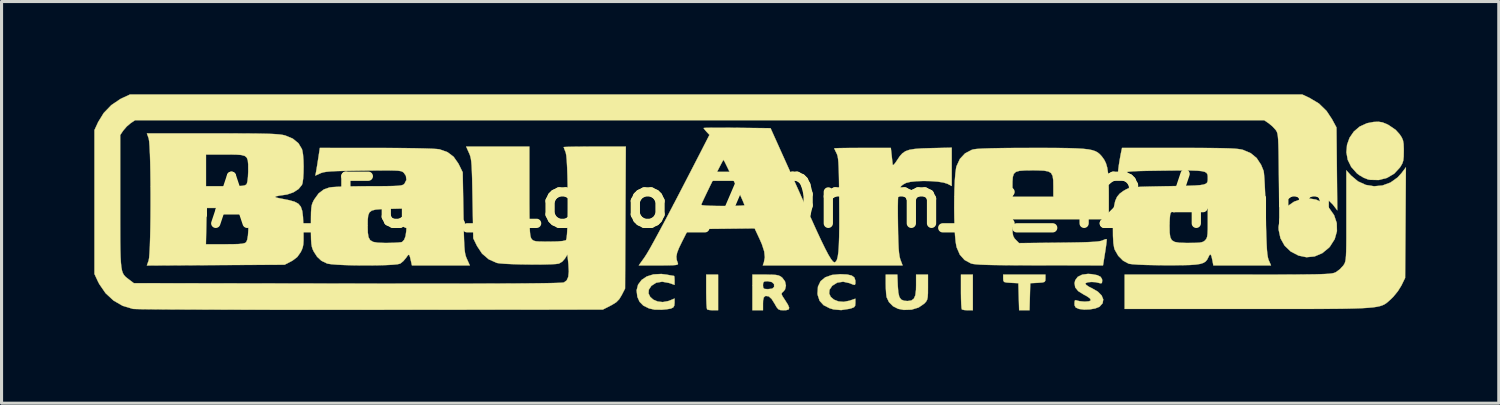
<source format=kicad_pcb>
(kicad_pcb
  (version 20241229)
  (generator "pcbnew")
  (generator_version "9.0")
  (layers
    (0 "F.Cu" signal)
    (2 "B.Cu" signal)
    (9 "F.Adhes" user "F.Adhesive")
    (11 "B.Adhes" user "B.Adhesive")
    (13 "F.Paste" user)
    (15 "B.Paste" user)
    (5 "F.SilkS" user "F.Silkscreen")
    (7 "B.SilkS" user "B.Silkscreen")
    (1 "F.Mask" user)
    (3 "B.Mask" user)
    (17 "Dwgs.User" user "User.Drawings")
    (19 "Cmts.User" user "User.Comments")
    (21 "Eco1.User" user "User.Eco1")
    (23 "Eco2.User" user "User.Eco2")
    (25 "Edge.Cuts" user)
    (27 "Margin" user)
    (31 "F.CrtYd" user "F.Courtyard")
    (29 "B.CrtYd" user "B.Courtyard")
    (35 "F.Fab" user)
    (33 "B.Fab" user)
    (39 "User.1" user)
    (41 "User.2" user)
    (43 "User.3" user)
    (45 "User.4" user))
  (footprint "BAC_Full_Logo_7.0mm_x_42.4mm"
    (layer "F.Cu")
    (at 21.2 3.484)
    (property "Reference" "BAC_Full_Logo_7.0mm_x_42.4mm" (at 0 0 0) (layer "F.SilkS") (effects (font (size 1.524 1.524) (thickness 0.3))))
    (attr through_hole)
    (fp_poly (pts (xy -1.025 3.501) (xy -1.188 3.501) (xy -1.301 3.494) (xy -1.373 3.477) (xy -1.38 3.472) (xy -1.391 3.421) (xy -1.4 3.301) (xy -1.406 3.131) (xy -1.409 2.926) (xy -1.409 2.896) (xy -1.409 2.348) (xy -1.025 2.348) (xy -1.025 3.501)) (stroke (width 0.01) (type solid)) (fill yes) (layer "F.SilkS"))
    (fp_poly (pts (xy 7.214 3.501) (xy 7.051 3.501) (xy 6.938 3.494) (xy 6.866 3.477) (xy 6.859 3.472) (xy 6.848 3.421) (xy 6.839 3.301) (xy 6.833 3.131) (xy 6.83 2.926) (xy 6.83 2.896) (xy 6.83 2.348) (xy 7.214 2.348) (xy 7.214 3.501)) (stroke (width 0.01) (type solid)) (fill yes) (layer "F.SilkS"))
    (fp_poly (pts (xy 9.562 2.474) (xy 9.558 2.545) (xy 9.531 2.584) (xy 9.462 2.602) (xy 9.329 2.612) (xy 9.317 2.613) (xy 9.071 2.625) (xy 9.047 3.501) (xy 8.712 3.501) (xy 8.699 3.063) (xy 8.687 2.625) (xy 8.442 2.613) (xy 8.304 2.603) (xy 8.23 2.586) (xy 8.202 2.548) (xy 8.196 2.48) (xy 8.196 2.474) (xy 8.196 2.348) (xy 9.562 2.348) (xy 9.562 2.474)) (stroke (width 0.01) (type solid)) (fill yes) (layer "F.SilkS"))
    (fp_poly (pts (xy 18.314 -0.079) (xy 18.545 0.03) (xy 18.734 0.19) (xy 18.898 0.425) (xy 18.984 0.68) (xy 18.99 0.942) (xy 18.918 1.199) (xy 18.766 1.438) (xy 18.735 1.474) (xy 18.516 1.654) (xy 18.269 1.759) (xy 18.006 1.785) (xy 17.748 1.732) (xy 17.493 1.599) (xy 17.296 1.409) (xy 17.164 1.172) (xy 17.105 0.898) (xy 17.102 0.811) (xy 17.143 0.541) (xy 17.248 0.311) (xy 17.407 0.125) (xy 17.605 -0.012) (xy 17.831 -0.094) (xy 18.071 -0.118) (xy 18.314 -0.079)) (stroke (width 0.01) (type solid)) (fill yes) (layer "F.SilkS"))
    (fp_poly (pts (xy 4.787 2.714) (xy 4.804 2.928) (xy 4.837 3.07) (xy 4.896 3.154) (xy 4.99 3.193) (xy 5.103 3.202) (xy 5.224 3.185) (xy 5.305 3.127) (xy 5.354 3.017) (xy 5.376 2.841) (xy 5.379 2.697) (xy 5.379 2.348) (xy 5.763 2.348) (xy 5.763 2.757) (xy 5.762 2.948) (xy 5.754 3.075) (xy 5.736 3.159) (xy 5.703 3.22) (xy 5.649 3.28) (xy 5.642 3.286) (xy 5.459 3.412) (xy 5.231 3.481) (xy 4.98 3.489) (xy 4.798 3.454) (xy 4.633 3.37) (xy 4.501 3.236) (xy 4.426 3.078) (xy 4.424 3.068) (xy 4.41 2.955) (xy 4.4 2.795) (xy 4.397 2.641) (xy 4.397 2.348) (xy 4.772 2.348) (xy 4.787 2.714)) (stroke (width 0.01) (type solid)) (fill yes) (layer "F.SilkS"))
    (fp_poly (pts (xy 20.463 -2.576) (xy 20.6 -2.521) (xy 20.661 -2.49) (xy 20.891 -2.333) (xy 21.024 -2.184) (xy 21.089 -2.083) (xy 21.127 -1.991) (xy 21.146 -1.881) (xy 21.152 -1.725) (xy 21.152 -1.651) (xy 21.149 -1.469) (xy 21.136 -1.344) (xy 21.105 -1.248) (xy 21.05 -1.152) (xy 21.028 -1.118) (xy 20.843 -0.918) (xy 20.61 -0.781) (xy 20.345 -0.712) (xy 20.063 -0.718) (xy 19.995 -0.731) (xy 19.86 -0.783) (xy 19.71 -0.872) (xy 19.637 -0.927) (xy 19.452 -1.135) (xy 19.339 -1.366) (xy 19.296 -1.609) (xy 19.317 -1.851) (xy 19.398 -2.078) (xy 19.536 -2.279) (xy 19.725 -2.44) (xy 19.963 -2.549) (xy 20.177 -2.59) (xy 20.337 -2.596) (xy 20.463 -2.576)) (stroke (width 0.01) (type solid)) (fill yes) (layer "F.SilkS"))
    (fp_poly (pts (xy -2.698 2.347) (xy -2.567 2.371) (xy -2.475 2.386) (xy -2.447 2.391) (xy -2.438 2.428) (xy -2.433 2.52) (xy -2.433 2.535) (xy -2.433 2.679) (xy -2.613 2.617) (xy -2.832 2.577) (xy -3.028 2.61) (xy -3.185 2.712) (xy -3.266 2.836) (xy -3.274 2.958) (xy -3.221 3.068) (xy -3.119 3.158) (xy -2.98 3.217) (xy -2.816 3.236) (xy -2.639 3.204) (xy -2.592 3.187) (xy -2.433 3.121) (xy -2.433 3.263) (xy -2.442 3.352) (xy -2.477 3.41) (xy -2.555 3.447) (xy -2.692 3.469) (xy -2.838 3.483) (xy -3.075 3.481) (xy -3.258 3.441) (xy -3.444 3.349) (xy -3.565 3.226) (xy -3.636 3.067) (xy -3.661 2.857) (xy -3.613 2.673) (xy -3.499 2.52) (xy -3.33 2.407) (xy -3.114 2.34) (xy -2.861 2.327) (xy -2.698 2.347)) (stroke (width 0.01) (type solid)) (fill yes) (layer "F.SilkS"))
    (fp_poly (pts (xy 3.147 2.344) (xy 3.296 2.378) (xy 3.382 2.441) (xy 3.414 2.537) (xy 3.415 2.563) (xy 3.414 2.646) (xy 3.396 2.68) (xy 3.34 2.67) (xy 3.227 2.624) (xy 3.221 2.622) (xy 3.02 2.577) (xy 2.828 2.607) (xy 2.667 2.708) (xy 2.663 2.712) (xy 2.579 2.838) (xy 2.568 2.961) (xy 2.62 3.071) (xy 2.724 3.158) (xy 2.867 3.214) (xy 3.039 3.228) (xy 3.228 3.191) (xy 3.234 3.189) (xy 3.415 3.126) (xy 3.415 3.266) (xy 3.408 3.353) (xy 3.371 3.403) (xy 3.282 3.438) (xy 3.225 3.453) (xy 2.956 3.495) (xy 2.713 3.474) (xy 2.586 3.437) (xy 2.386 3.335) (xy 2.258 3.194) (xy 2.196 3.006) (xy 2.19 2.96) (xy 2.205 2.737) (xy 2.289 2.561) (xy 2.442 2.434) (xy 2.661 2.358) (xy 2.924 2.334) (xy 3.147 2.344)) (stroke (width 0.01) (type solid)) (fill yes) (layer "F.SilkS"))
    (fp_poly (pts (xy 11.056 2.332) (xy 11.236 2.365) (xy 11.343 2.416) (xy 11.392 2.491) (xy 11.398 2.544) (xy 11.388 2.62) (xy 11.34 2.63) (xy 11.302 2.619) (xy 11.182 2.592) (xy 11.049 2.585) (xy 10.932 2.596) (xy 10.862 2.624) (xy 10.854 2.635) (xy 10.881 2.681) (xy 10.972 2.742) (xy 11.071 2.791) (xy 11.257 2.899) (xy 11.379 3.022) (xy 11.432 3.15) (xy 11.412 3.273) (xy 11.316 3.381) (xy 11.301 3.391) (xy 11.173 3.442) (xy 10.999 3.472) (xy 10.813 3.479) (xy 10.654 3.459) (xy 10.64 3.455) (xy 10.543 3.412) (xy 10.506 3.346) (xy 10.502 3.281) (xy 10.509 3.193) (xy 10.541 3.172) (xy 10.576 3.184) (xy 10.664 3.206) (xy 10.794 3.219) (xy 10.843 3.221) (xy 10.977 3.21) (xy 11.031 3.176) (xy 11.003 3.119) (xy 10.896 3.043) (xy 10.8 2.992) (xy 10.622 2.881) (xy 10.525 2.761) (xy 10.504 2.623) (xy 10.526 2.529) (xy 10.607 2.42) (xy 10.751 2.349) (xy 10.94 2.324) (xy 11.056 2.332)) (stroke (width 0.01) (type solid)) (fill yes) (layer "F.SilkS"))
    (fp_poly (pts (xy 0.709 2.35) (xy 0.843 2.358) (xy 0.933 2.376) (xy 0.999 2.408) (xy 1.051 2.448) (xy 1.139 2.567) (xy 1.169 2.704) (xy 1.139 2.831) (xy 1.083 2.898) (xy 1.039 2.937) (xy 1.028 2.979) (xy 1.056 3.043) (xy 1.128 3.154) (xy 1.14 3.172) (xy 1.235 3.323) (xy 1.274 3.421) (xy 1.256 3.475) (xy 1.179 3.497) (xy 1.099 3.5) (xy 0.99 3.495) (xy 0.921 3.466) (xy 0.863 3.394) (xy 0.811 3.301) (xy 0.708 3.137) (xy 0.614 3.051) (xy 0.521 3.037) (xy 0.497 3.044) (xy 0.451 3.088) (xy 0.43 3.186) (xy 0.427 3.286) (xy 0.427 3.501) (xy 0.085 3.501) (xy 0.085 2.689) (xy 0.427 2.689) (xy 0.434 2.772) (xy 0.472 2.809) (xy 0.565 2.817) (xy 0.593 2.817) (xy 0.725 2.801) (xy 0.785 2.749) (xy 0.786 2.748) (xy 0.785 2.656) (xy 0.714 2.589) (xy 0.586 2.562) (xy 0.571 2.561) (xy 0.473 2.569) (xy 0.434 2.608) (xy 0.427 2.689) (xy 0.085 2.689) (xy 0.085 2.348) (xy 0.51 2.348) (xy 0.709 2.35)) (stroke (width 0.01) (type solid)) (fill yes) (layer "F.SilkS"))
    (fp_poly (pts (xy 21.208 0.667) (xy 21.195 2.455) (xy 21.076 2.698) (xy 20.963 2.881) (xy 20.817 3.06) (xy 20.749 3.128) (xy 20.69 3.182) (xy 20.638 3.229) (xy 20.586 3.271) (xy 20.53 3.308) (xy 20.464 3.339) (xy 20.383 3.366) (xy 20.282 3.388) (xy 20.155 3.407) (xy 19.997 3.421) (xy 19.803 3.433) (xy 19.568 3.442) (xy 19.285 3.449) (xy 18.951 3.453) (xy 18.559 3.456) (xy 18.104 3.457) (xy 17.581 3.458) (xy 16.985 3.458) (xy 16.311 3.458) (xy 16.11 3.458) (xy 12.124 3.458) (xy 12.124 2.348) (xy 15.465 2.348) (xy 16.079 2.348) (xy 16.614 2.347) (xy 17.075 2.347) (xy 17.467 2.346) (xy 17.798 2.344) (xy 18.073 2.341) (xy 18.297 2.338) (xy 18.476 2.333) (xy 18.617 2.327) (xy 18.724 2.32) (xy 18.804 2.312) (xy 18.863 2.302) (xy 18.906 2.29) (xy 18.94 2.276) (xy 18.955 2.269) (xy 19.082 2.177) (xy 19.192 2.059) (xy 19.199 2.049) (xy 19.225 2.01) (xy 19.246 1.968) (xy 19.262 1.915) (xy 19.274 1.842) (xy 19.283 1.739) (xy 19.289 1.598) (xy 19.293 1.408) (xy 19.295 1.161) (xy 19.295 0.847) (xy 19.295 0.458) (xy 19.295 -1.025) (xy 19.446 -0.858) (xy 19.669 -0.67) (xy 19.922 -0.554) (xy 20.191 -0.51) (xy 20.462 -0.535) (xy 20.721 -0.63) (xy 20.952 -0.795) (xy 21.078 -0.934) (xy 21.22 -1.121) (xy 21.208 0.667)) (stroke (width 0.01) (type solid)) (fill yes) (layer "F.SilkS"))
    (fp_poly (pts (xy 9.596 -1.75) (xy 9.99 -1.748) (xy 10.314 -1.743) (xy 10.577 -1.734) (xy 10.787 -1.721) (xy 10.951 -1.703) (xy 11.078 -1.677) (xy 11.176 -1.644) (xy 11.252 -1.603) (xy 11.315 -1.552) (xy 11.373 -1.49) (xy 11.392 -1.467) (xy 11.465 -1.365) (xy 11.52 -1.252) (xy 11.56 -1.115) (xy 11.587 -0.939) (xy 11.603 -0.714) (xy 11.61 -0.425) (xy 11.611 -0.195) (xy 11.611 0.555) (xy 8.495 0.555) (xy 8.495 0.834) (xy 8.5 0.995) (xy 8.519 1.099) (xy 8.56 1.174) (xy 8.603 1.221) (xy 8.71 1.329) (xy 10.001 1.315) (xy 10.392 1.31) (xy 10.707 1.304) (xy 10.953 1.296) (xy 11.138 1.286) (xy 11.27 1.274) (xy 11.359 1.258) (xy 11.409 1.241) (xy 11.495 1.205) (xy 11.542 1.199) (xy 11.542 1.199) (xy 11.543 1.246) (xy 11.531 1.358) (xy 11.509 1.517) (xy 11.491 1.633) (xy 11.424 2.049) (xy 9.373 2.047) (xy 8.878 2.046) (xy 8.462 2.044) (xy 8.117 2.041) (xy 7.837 2.037) (xy 7.614 2.031) (xy 7.443 2.024) (xy 7.315 2.014) (xy 7.224 2.003) (xy 7.163 1.989) (xy 7.154 1.986) (xy 6.946 1.874) (xy 6.795 1.705) (xy 6.693 1.471) (xy 6.683 1.432) (xy 6.658 1.286) (xy 6.638 1.074) (xy 6.624 0.81) (xy 6.615 0.513) (xy 6.611 0.196) (xy 6.613 -0.122) (xy 6.62 -0.427) (xy 6.625 -0.527) (xy 8.495 -0.527) (xy 8.495 -0.171) (xy 9.818 -0.171) (xy 9.818 -0.512) (xy 9.815 -0.705) (xy 9.795 -0.843) (xy 9.746 -0.934) (xy 9.657 -0.988) (xy 9.514 -1.015) (xy 9.306 -1.024) (xy 9.149 -1.025) (xy 8.901 -1.022) (xy 8.724 -1.009) (xy 8.608 -0.976) (xy 8.54 -0.913) (xy 8.507 -0.81) (xy 8.496 -0.658) (xy 8.495 -0.527) (xy 6.625 -0.527) (xy 6.632 -0.703) (xy 6.65 -0.933) (xy 6.673 -1.102) (xy 6.685 -1.155) (xy 6.795 -1.394) (xy 6.962 -1.573) (xy 7.179 -1.687) (xy 7.23 -1.702) (xy 7.337 -1.717) (xy 7.529 -1.729) (xy 7.805 -1.738) (xy 8.166 -1.745) (xy 8.61 -1.749) (xy 9.125 -1.75) (xy 9.596 -1.75)) (stroke (width 0.01) (type solid)) (fill yes) (layer "F.SilkS"))
    (fp_poly (pts (xy -16.89 -2.22) (xy -16.475 -2.218) (xy -16.131 -2.216) (xy -15.848 -2.213) (xy -15.62 -2.208) (xy -15.44 -2.202) (xy -15.298 -2.193) (xy -15.189 -2.183) (xy -15.103 -2.17) (xy -15.034 -2.154) (xy -15.022 -2.151) (xy -14.78 -2.05) (xy -14.598 -1.901) (xy -14.486 -1.714) (xy -14.473 -1.671) (xy -14.45 -1.54) (xy -14.436 -1.359) (xy -14.43 -1.153) (xy -14.434 -0.944) (xy -14.445 -0.758) (xy -14.465 -0.616) (xy -14.484 -0.556) (xy -14.593 -0.422) (xy -14.762 -0.313) (xy -14.962 -0.244) (xy -15.019 -0.235) (xy -15.211 -0.208) (xy -15.321 -0.185) (xy -15.351 -0.164) (xy -15.304 -0.141) (xy -15.182 -0.115) (xy -15.133 -0.106) (xy -14.897 -0.059) (xy -14.722 -0.01) (xy -14.6 0.056) (xy -14.521 0.151) (xy -14.474 0.29) (xy -14.45 0.484) (xy -14.439 0.747) (xy -14.437 0.826) (xy -14.433 1.068) (xy -14.433 1.242) (xy -14.44 1.367) (xy -14.457 1.459) (xy -14.484 1.537) (xy -14.523 1.617) (xy -14.525 1.621) (xy -14.635 1.777) (xy -14.787 1.893) (xy -14.836 1.92) (xy -15.045 2.028) (xy -17.273 2.04) (xy -19.5 2.053) (xy -19.442 1.891) (xy -19.427 1.804) (xy -19.414 1.642) (xy -19.402 1.418) (xy -19.401 1.366) (xy -17.59 1.366) (xy -16.973 1.366) (xy -16.721 1.364) (xy -16.54 1.359) (xy -16.417 1.348) (xy -16.34 1.33) (xy -16.294 1.304) (xy -16.289 1.299) (xy -16.254 1.221) (xy -16.23 1.082) (xy -16.218 0.906) (xy -16.216 0.714) (xy -16.225 0.53) (xy -16.245 0.375) (xy -16.276 0.273) (xy -16.292 0.251) (xy -16.348 0.225) (xy -16.453 0.208) (xy -16.616 0.197) (xy -16.85 0.192) (xy -16.965 0.192) (xy -17.567 0.192) (xy -17.578 0.779) (xy -17.59 1.366) (xy -19.401 1.366) (xy -19.394 1.143) (xy -19.387 0.827) (xy -19.382 0.483) (xy -19.38 0.121) (xy -19.38 -0.248) (xy -19.382 -0.611) (xy -19.386 -0.958) (xy -19.392 -1.278) (xy -19.4 -1.537) (xy -17.588 -1.537) (xy -17.588 -0.512) (xy -16.949 -0.512) (xy -16.701 -0.513) (xy -16.526 -0.517) (xy -16.408 -0.524) (xy -16.335 -0.538) (xy -16.293 -0.56) (xy -16.269 -0.59) (xy -16.266 -0.595) (xy -16.246 -0.674) (xy -16.23 -0.813) (xy -16.222 -0.986) (xy -16.222 -1.04) (xy -16.223 -1.218) (xy -16.235 -1.348) (xy -16.269 -1.436) (xy -16.336 -1.492) (xy -16.45 -1.522) (xy -16.62 -1.534) (xy -16.86 -1.537) (xy -16.972 -1.537) (xy -17.588 -1.537) (xy -19.4 -1.537) (xy -19.401 -1.558) (xy -19.412 -1.789) (xy -19.425 -1.958) (xy -19.44 -2.054) (xy -19.442 -2.06) (xy -19.499 -2.22) (xy -17.383 -2.22) (xy -16.89 -2.22)) (stroke (width 0.01) (type solid)) (fill yes) (layer "F.SilkS"))
    (fp_poly (pts (xy -12.064 -1.749) (xy -11.614 -1.748) (xy -11.205 -1.745) (xy -10.844 -1.74) (xy -10.539 -1.733) (xy -10.298 -1.725) (xy -10.127 -1.715) (xy -10.034 -1.705) (xy -10.032 -1.704) (xy -9.777 -1.613) (xy -9.579 -1.464) (xy -9.426 -1.246) (xy -9.406 -1.208) (xy -9.285 -0.961) (xy -9.262 0.342) (xy -9.255 0.712) (xy -9.249 1.008) (xy -9.241 1.24) (xy -9.233 1.417) (xy -9.222 1.551) (xy -9.209 1.651) (xy -9.192 1.728) (xy -9.17 1.793) (xy -9.147 1.846) (xy -9.055 2.049) (xy -10.927 2.049) (xy -10.953 1.932) (xy -10.987 1.785) (xy -11.013 1.713) (xy -11.042 1.707) (xy -11.085 1.758) (xy -11.114 1.802) (xy -11.204 1.909) (xy -11.301 1.988) (xy -11.314 1.994) (xy -11.395 2.013) (xy -11.547 2.028) (xy -11.754 2.039) (xy -12.003 2.046) (xy -12.278 2.05) (xy -12.564 2.05) (xy -12.847 2.046) (xy -13.111 2.038) (xy -13.343 2.027) (xy -13.528 2.012) (xy -13.65 1.994) (xy -13.674 1.987) (xy -13.856 1.899) (xy -13.994 1.77) (xy -14.103 1.601) (xy -14.138 1.527) (xy -14.163 1.449) (xy -14.179 1.35) (xy -14.189 1.214) (xy -14.193 1.025) (xy -14.194 0.774) (xy -12.358 0.774) (xy -12.354 0.986) (xy -12.332 1.135) (xy -12.279 1.232) (xy -12.183 1.289) (xy -12.032 1.315) (xy -11.812 1.323) (xy -11.724 1.323) (xy -11.537 1.319) (xy -11.381 1.311) (xy -11.276 1.3) (xy -11.244 1.291) (xy -11.178 1.22) (xy -11.134 1.105) (xy -11.109 0.932) (xy -11.099 0.689) (xy -11.099 0.64) (xy -11.099 0.207) (xy -11.653 0.221) (xy -11.913 0.229) (xy -12.099 0.244) (xy -12.225 0.276) (xy -12.301 0.335) (xy -12.341 0.429) (xy -12.356 0.569) (xy -12.358 0.763) (xy -12.358 0.774) (xy -14.194 0.774) (xy -14.194 0.768) (xy -14.193 0.514) (xy -14.19 0.329) (xy -14.181 0.197) (xy -14.166 0.1) (xy -14.141 0.024) (xy -14.105 -0.05) (xy -14.087 -0.082) (xy -13.944 -0.28) (xy -13.774 -0.408) (xy -13.593 -0.471) (xy -13.505 -0.482) (xy -13.345 -0.492) (xy -13.127 -0.5) (xy -12.865 -0.506) (xy -12.573 -0.51) (xy -12.333 -0.511) (xy -11.997 -0.512) (xy -11.737 -0.514) (xy -11.541 -0.518) (xy -11.399 -0.524) (xy -11.301 -0.534) (xy -11.237 -0.548) (xy -11.197 -0.567) (xy -11.17 -0.59) (xy -11.106 -0.716) (xy -11.122 -0.848) (xy -11.187 -0.942) (xy -11.216 -0.968) (xy -11.251 -0.988) (xy -11.301 -1.002) (xy -11.378 -1.013) (xy -11.491 -1.019) (xy -11.649 -1.022) (xy -11.863 -1.022) (xy -12.143 -1.02) (xy -12.498 -1.017) (xy -12.5 -1.017) (xy -12.866 -1.012) (xy -13.158 -1.006) (xy -13.384 -1) (xy -13.556 -0.991) (xy -13.683 -0.979) (xy -13.777 -0.964) (xy -13.847 -0.945) (xy -13.888 -0.929) (xy -14.051 -0.855) (xy -14.028 -0.972) (xy -14.011 -1.071) (xy -13.986 -1.223) (xy -13.959 -1.398) (xy -13.955 -1.419) (xy -13.905 -1.75) (xy -12.064 -1.749)) (stroke (width 0.01) (type solid)) (fill yes) (layer "F.SilkS"))
    (fp_poly (pts (xy 14.352 -1.75) (xy 14.738 -1.748) (xy 15.056 -1.745) (xy 15.311 -1.741) (xy 15.514 -1.735) (xy 15.671 -1.727) (xy 15.79 -1.716) (xy 15.881 -1.703) (xy 15.95 -1.687) (xy 15.956 -1.685) (xy 16.202 -1.58) (xy 16.393 -1.423) (xy 16.537 -1.204) (xy 16.618 -1.006) (xy 16.629 -0.931) (xy 16.642 -0.783) (xy 16.654 -0.573) (xy 16.666 -0.313) (xy 16.677 -0.014) (xy 16.686 0.311) (xy 16.689 0.427) (xy 16.697 0.81) (xy 16.706 1.118) (xy 16.716 1.359) (xy 16.726 1.544) (xy 16.739 1.681) (xy 16.755 1.781) (xy 16.773 1.854) (xy 16.787 1.889) (xy 16.858 2.049) (xy 14.993 2.049) (xy 14.963 1.889) (xy 14.932 1.751) (xy 14.902 1.694) (xy 14.868 1.713) (xy 14.83 1.789) (xy 14.792 1.864) (xy 14.743 1.923) (xy 14.672 1.968) (xy 14.57 2.001) (xy 14.426 2.023) (xy 14.232 2.037) (xy 13.978 2.043) (xy 13.653 2.045) (xy 13.438 2.045) (xy 13.103 2.041) (xy 12.808 2.035) (xy 12.564 2.025) (xy 12.381 2.012) (xy 12.271 1.998) (xy 12.256 1.994) (xy 12.073 1.896) (xy 11.916 1.738) (xy 11.805 1.545) (xy 11.786 1.487) (xy 11.76 1.333) (xy 11.747 1.1) (xy 11.745 0.793) (xy 11.745 0.779) (xy 13.576 0.779) (xy 13.58 0.991) (xy 13.6 1.14) (xy 13.651 1.236) (xy 13.744 1.291) (xy 13.893 1.316) (xy 14.11 1.323) (xy 14.194 1.323) (xy 14.401 1.321) (xy 14.54 1.314) (xy 14.631 1.297) (xy 14.691 1.269) (xy 14.728 1.238) (xy 14.766 1.19) (xy 14.791 1.127) (xy 14.805 1.03) (xy 14.812 0.882) (xy 14.813 0.683) (xy 14.813 0.213) (xy 14.319 0.213) (xy 14.056 0.219) (xy 13.864 0.236) (xy 13.732 0.267) (xy 13.645 0.316) (xy 13.608 0.359) (xy 13.594 0.42) (xy 13.583 0.545) (xy 13.576 0.709) (xy 13.576 0.779) (xy 11.745 0.779) (xy 11.747 0.68) (xy 11.758 0.375) (xy 11.781 0.142) (xy 11.819 -0.034) (xy 11.878 -0.167) (xy 11.962 -0.269) (xy 12.077 -0.354) (xy 12.127 -0.384) (xy 12.184 -0.415) (xy 12.24 -0.44) (xy 12.306 -0.459) (xy 12.391 -0.474) (xy 12.507 -0.484) (xy 12.665 -0.493) (xy 12.875 -0.499) (xy 13.148 -0.505) (xy 13.495 -0.512) (xy 13.523 -0.512) (xy 13.888 -0.519) (xy 14.177 -0.526) (xy 14.398 -0.534) (xy 14.561 -0.546) (xy 14.674 -0.564) (xy 14.747 -0.59) (xy 14.788 -0.624) (xy 14.807 -0.67) (xy 14.812 -0.728) (xy 14.812 -0.776) (xy 14.811 -0.846) (xy 14.799 -0.902) (xy 14.769 -0.945) (xy 14.712 -0.977) (xy 14.619 -0.999) (xy 14.481 -1.013) (xy 14.29 -1.02) (xy 14.037 -1.022) (xy 13.714 -1.02) (xy 13.43 -1.017) (xy 13.065 -1.012) (xy 12.775 -1.007) (xy 12.55 -1.001) (xy 12.381 -0.993) (xy 12.256 -0.982) (xy 12.167 -0.969) (xy 12.102 -0.951) (xy 12.052 -0.929) (xy 12.049 -0.927) (xy 11.958 -0.88) (xy 11.919 -0.878) (xy 11.91 -0.925) (xy 11.91 -0.952) (xy 11.918 -1.049) (xy 11.938 -1.202) (xy 11.967 -1.382) (xy 12 -1.561) (xy 12.019 -1.654) (xy 12.04 -1.75) (xy 13.888 -1.75) (xy 14.352 -1.75)) (stroke (width 0.01) (type solid)) (fill yes) (layer "F.SilkS"))
    (fp_poly (pts (xy -0.663 -2.402) (xy -0.411 -2.4) (xy 0.672 -2.388) (xy 1.08 -1.482) (xy 1.219 -1.174) (xy 1.381 -0.814) (xy 1.555 -0.426) (xy 1.729 -0.036) (xy 1.894 0.332) (xy 1.965 0.491) (xy 2.151 0.903) (xy 2.308 1.24) (xy 2.438 1.506) (xy 2.543 1.706) (xy 2.627 1.844) (xy 2.691 1.925) (xy 2.738 1.953) (xy 2.748 1.951) (xy 2.788 1.922) (xy 2.821 1.859) (xy 2.847 1.755) (xy 2.867 1.604) (xy 2.881 1.399) (xy 2.89 1.134) (xy 2.895 0.801) (xy 2.895 0.395) (xy 2.893 0.043) (xy 2.89 -0.357) (xy 2.886 -0.681) (xy 2.881 -0.938) (xy 2.874 -1.137) (xy 2.866 -1.287) (xy 2.855 -1.397) (xy 2.842 -1.477) (xy 2.825 -1.535) (xy 2.807 -1.575) (xy 2.759 -1.672) (xy 2.733 -1.73) (xy 2.732 -1.735) (xy 2.773 -1.74) (xy 2.886 -1.744) (xy 3.061 -1.747) (xy 3.283 -1.749) (xy 3.542 -1.75) (xy 3.647 -1.75) (xy 4.562 -1.75) (xy 4.589 -1.505) (xy 4.605 -1.36) (xy 4.618 -1.245) (xy 4.624 -1.199) (xy 4.648 -1.199) (xy 4.702 -1.26) (xy 4.767 -1.356) (xy 4.852 -1.483) (xy 4.937 -1.577) (xy 5.036 -1.644) (xy 5.164 -1.689) (xy 5.335 -1.717) (xy 5.563 -1.734) (xy 5.859 -1.743) (xy 6.531 -1.758) (xy 6.531 -0.519) (xy 6.393 -0.59) (xy 6.266 -0.63) (xy 6.08 -0.659) (xy 5.857 -0.676) (xy 5.621 -0.681) (xy 5.394 -0.673) (xy 5.199 -0.653) (xy 5.06 -0.62) (xy 5.038 -0.61) (xy 4.96 -0.567) (xy 4.9 -0.519) (xy 4.855 -0.457) (xy 4.824 -0.369) (xy 4.803 -0.244) (xy 4.792 -0.074) (xy 4.788 0.155) (xy 4.789 0.451) (xy 4.792 0.683) (xy 4.797 1.026) (xy 4.805 1.294) (xy 4.814 1.5) (xy 4.828 1.654) (xy 4.845 1.767) (xy 4.867 1.851) (xy 4.873 1.868) (xy 4.942 2.049) (xy 0.421 2.049) (xy 0.456 1.953) (xy 0.487 1.789) (xy 0.467 1.598) (xy 0.393 1.368) (xy 0.322 1.205) (xy 0.157 0.852) (xy -0.914 0.864) (xy -1.985 0.875) (xy -2.191 1.281) (xy -2.292 1.489) (xy -2.351 1.643) (xy -2.374 1.764) (xy -2.364 1.871) (xy -2.328 1.974) (xy -2.321 2.003) (xy -2.338 2.023) (xy -2.39 2.036) (xy -2.489 2.044) (xy -2.646 2.048) (xy -2.875 2.049) (xy -2.943 2.049) (xy -3.59 2.049) (xy -3.398 1.78) (xy -3.33 1.674) (xy -3.229 1.502) (xy -3.096 1.262) (xy -2.929 0.954) (xy -2.727 0.576) (xy -2.491 0.126) (xy -2.472 0.091) (xy -1.572 0.091) (xy -1.537 0.103) (xy -1.43 0.114) (xy -1.265 0.122) (xy -1.055 0.127) (xy -0.879 0.128) (xy -0.644 0.127) (xy -0.442 0.123) (xy -0.287 0.117) (xy -0.193 0.11) (xy -0.171 0.105) (xy -0.188 0.055) (xy -0.234 -0.056) (xy -0.303 -0.212) (xy -0.387 -0.4) (xy -0.48 -0.604) (xy -0.576 -0.809) (xy -0.667 -1.003) (xy -0.747 -1.168) (xy -0.808 -1.292) (xy -0.845 -1.358) (xy -0.851 -1.366) (xy -0.874 -1.33) (xy -0.927 -1.231) (xy -1.003 -1.084) (xy -1.095 -0.903) (xy -1.194 -0.703) (xy -1.296 -0.497) (xy -1.391 -0.3) (xy -1.474 -0.127) (xy -1.537 0.008) (xy -1.572 0.091) (xy -2.472 0.091) (xy -2.219 -0.396) (xy -1.911 -0.991) (xy -1.565 -1.662) (xy -1.505 -1.78) (xy -1.304 -2.172) (xy -1.399 -2.273) (xy -1.464 -2.348) (xy -1.494 -2.392) (xy -1.494 -2.393) (xy -1.453 -2.398) (xy -1.339 -2.401) (xy -1.161 -2.403) (xy -0.932 -2.403) (xy -0.663 -2.402)) (stroke (width 0.01) (type solid)) (fill yes) (layer "F.SilkS"))
    (fp_poly (pts (xy 18.105 -3.367) (xy 18.41 -3.184) (xy 18.655 -2.945) (xy 18.83 -2.68) (xy 18.975 -2.412) (xy 19.001 0.269) (xy 18.86 0.083) (xy 18.652 -0.122) (xy 18.402 -0.255) (xy 18.115 -0.312) (xy 18.042 -0.314) (xy 17.764 -0.283) (xy 17.523 -0.185) (xy 17.299 -0.01) (xy 17.282 0.007) (xy 17.123 0.166) (xy 17.11 -1.024) (xy 17.106 -1.375) (xy 17.102 -1.651) (xy 17.096 -1.862) (xy 17.089 -2.019) (xy 17.079 -2.132) (xy 17.066 -2.211) (xy 17.048 -2.267) (xy 17.025 -2.309) (xy 17.008 -2.334) (xy 16.909 -2.442) (xy 16.789 -2.543) (xy 16.777 -2.551) (xy 16.636 -2.647) (xy -19.88 -2.647) (xy -20.025 -2.55) (xy -20.149 -2.445) (xy -20.258 -2.319) (xy -20.266 -2.309) (xy -20.363 -2.165) (xy -20.363 -0.013) (xy -20.363 0.488) (xy -20.362 0.911) (xy -20.361 1.263) (xy -20.357 1.551) (xy -20.35 1.784) (xy -20.339 1.967) (xy -20.324 2.109) (xy -20.304 2.217) (xy -20.277 2.297) (xy -20.243 2.358) (xy -20.201 2.407) (xy -20.151 2.45) (xy -20.091 2.496) (xy -20.078 2.506) (xy -19.921 2.625) (xy -13.023 2.637) (xy -12.049 2.638) (xy -11.157 2.639) (xy -10.346 2.639) (xy -9.613 2.639) (xy -8.955 2.638) (xy -8.371 2.637) (xy -7.857 2.635) (xy -7.412 2.633) (xy -7.033 2.63) (xy -6.717 2.626) (xy -6.463 2.622) (xy -6.267 2.617) (xy -6.128 2.612) (xy -6.042 2.606) (xy -6.01 2.6) (xy -5.922 2.535) (xy -5.871 2.421) (xy -5.853 2.248) (xy -5.866 2.005) (xy -5.869 1.979) (xy -5.899 1.698) (xy -5.979 1.83) (xy -6.067 1.929) (xy -6.172 1.991) (xy -6.178 1.992) (xy -6.275 2.005) (xy -6.441 2.014) (xy -6.657 2.02) (xy -6.908 2.022) (xy -7.176 2.02) (xy -7.445 2.016) (xy -7.696 2.008) (xy -7.914 1.998) (xy -8.08 1.985) (xy -8.179 1.97) (xy -8.179 1.97) (xy -8.442 1.854) (xy -8.659 1.668) (xy -8.821 1.423) (xy -8.943 1.174) (xy -8.967 -0.107) (xy -8.974 -0.475) (xy -8.98 -0.768) (xy -8.988 -0.996) (xy -8.996 -1.171) (xy -9.007 -1.303) (xy -9.021 -1.402) (xy -9.039 -1.478) (xy -9.061 -1.543) (xy -9.082 -1.59) (xy -9.173 -1.793) (xy -7.129 -1.793) (xy -7.129 -0.351) (xy -7.129 0.046) (xy -7.127 0.367) (xy -7.124 0.62) (xy -7.119 0.814) (xy -7.111 0.957) (xy -7.101 1.059) (xy -7.088 1.127) (xy -7.071 1.171) (xy -7.063 1.186) (xy -7.029 1.226) (xy -6.983 1.253) (xy -6.911 1.27) (xy -6.794 1.278) (xy -6.617 1.28) (xy -6.495 1.281) (xy -6.231 1.276) (xy -6.051 1.261) (xy -5.954 1.238) (xy -5.942 1.229) (xy -5.925 1.17) (xy -5.911 1.038) (xy -5.9 0.846) (xy -5.892 0.606) (xy -5.887 0.332) (xy -5.886 0.035) (xy -5.887 -0.271) (xy -5.891 -0.574) (xy -5.898 -0.861) (xy -5.907 -1.119) (xy -5.919 -1.337) (xy -5.934 -1.501) (xy -5.952 -1.598) (xy -5.955 -1.607) (xy -5.996 -1.709) (xy -6.018 -1.771) (xy -6.019 -1.777) (xy -5.978 -1.781) (xy -5.864 -1.785) (xy -5.688 -1.789) (xy -5.462 -1.791) (xy -5.197 -1.793) (xy -5.015 -1.793) (xy -4.01 -1.793) (xy -4.022 0.503) (xy -4.034 2.799) (xy -4.143 3.011) (xy -4.224 3.144) (xy -4.318 3.24) (xy -4.457 3.327) (xy -4.503 3.351) (xy -4.754 3.479) (xy -12.249 3.485) (xy -13.045 3.486) (xy -13.821 3.486) (xy -14.571 3.485) (xy -15.29 3.485) (xy -15.975 3.484) (xy -16.621 3.482) (xy -17.224 3.48) (xy -17.778 3.478) (xy -18.28 3.476) (xy -18.725 3.474) (xy -19.108 3.471) (xy -19.426 3.468) (xy -19.673 3.465) (xy -19.845 3.461) (xy -19.938 3.457) (xy -19.951 3.456) (xy -20.28 3.358) (xy -20.579 3.186) (xy -20.836 2.948) (xy -21.039 2.653) (xy -21.082 2.569) (xy -21.195 2.327) (xy -21.195 -2.327) (xy -21.075 -2.587) (xy -20.895 -2.88) (xy -20.65 -3.134) (xy -20.36 -3.33) (xy -20.299 -3.36) (xy -20.043 -3.479) (xy 17.865 -3.479) (xy 18.105 -3.367)) (stroke (width 0.01) (type solid)) (fill yes) (layer "F.SilkS")))
  (gr_rect
    (start -3 -3)
    (end 45.425 9.99)
    (stroke (width 0.1) (type default))
    (fill no)
    (layer "Edge.Cuts")))
</source>
